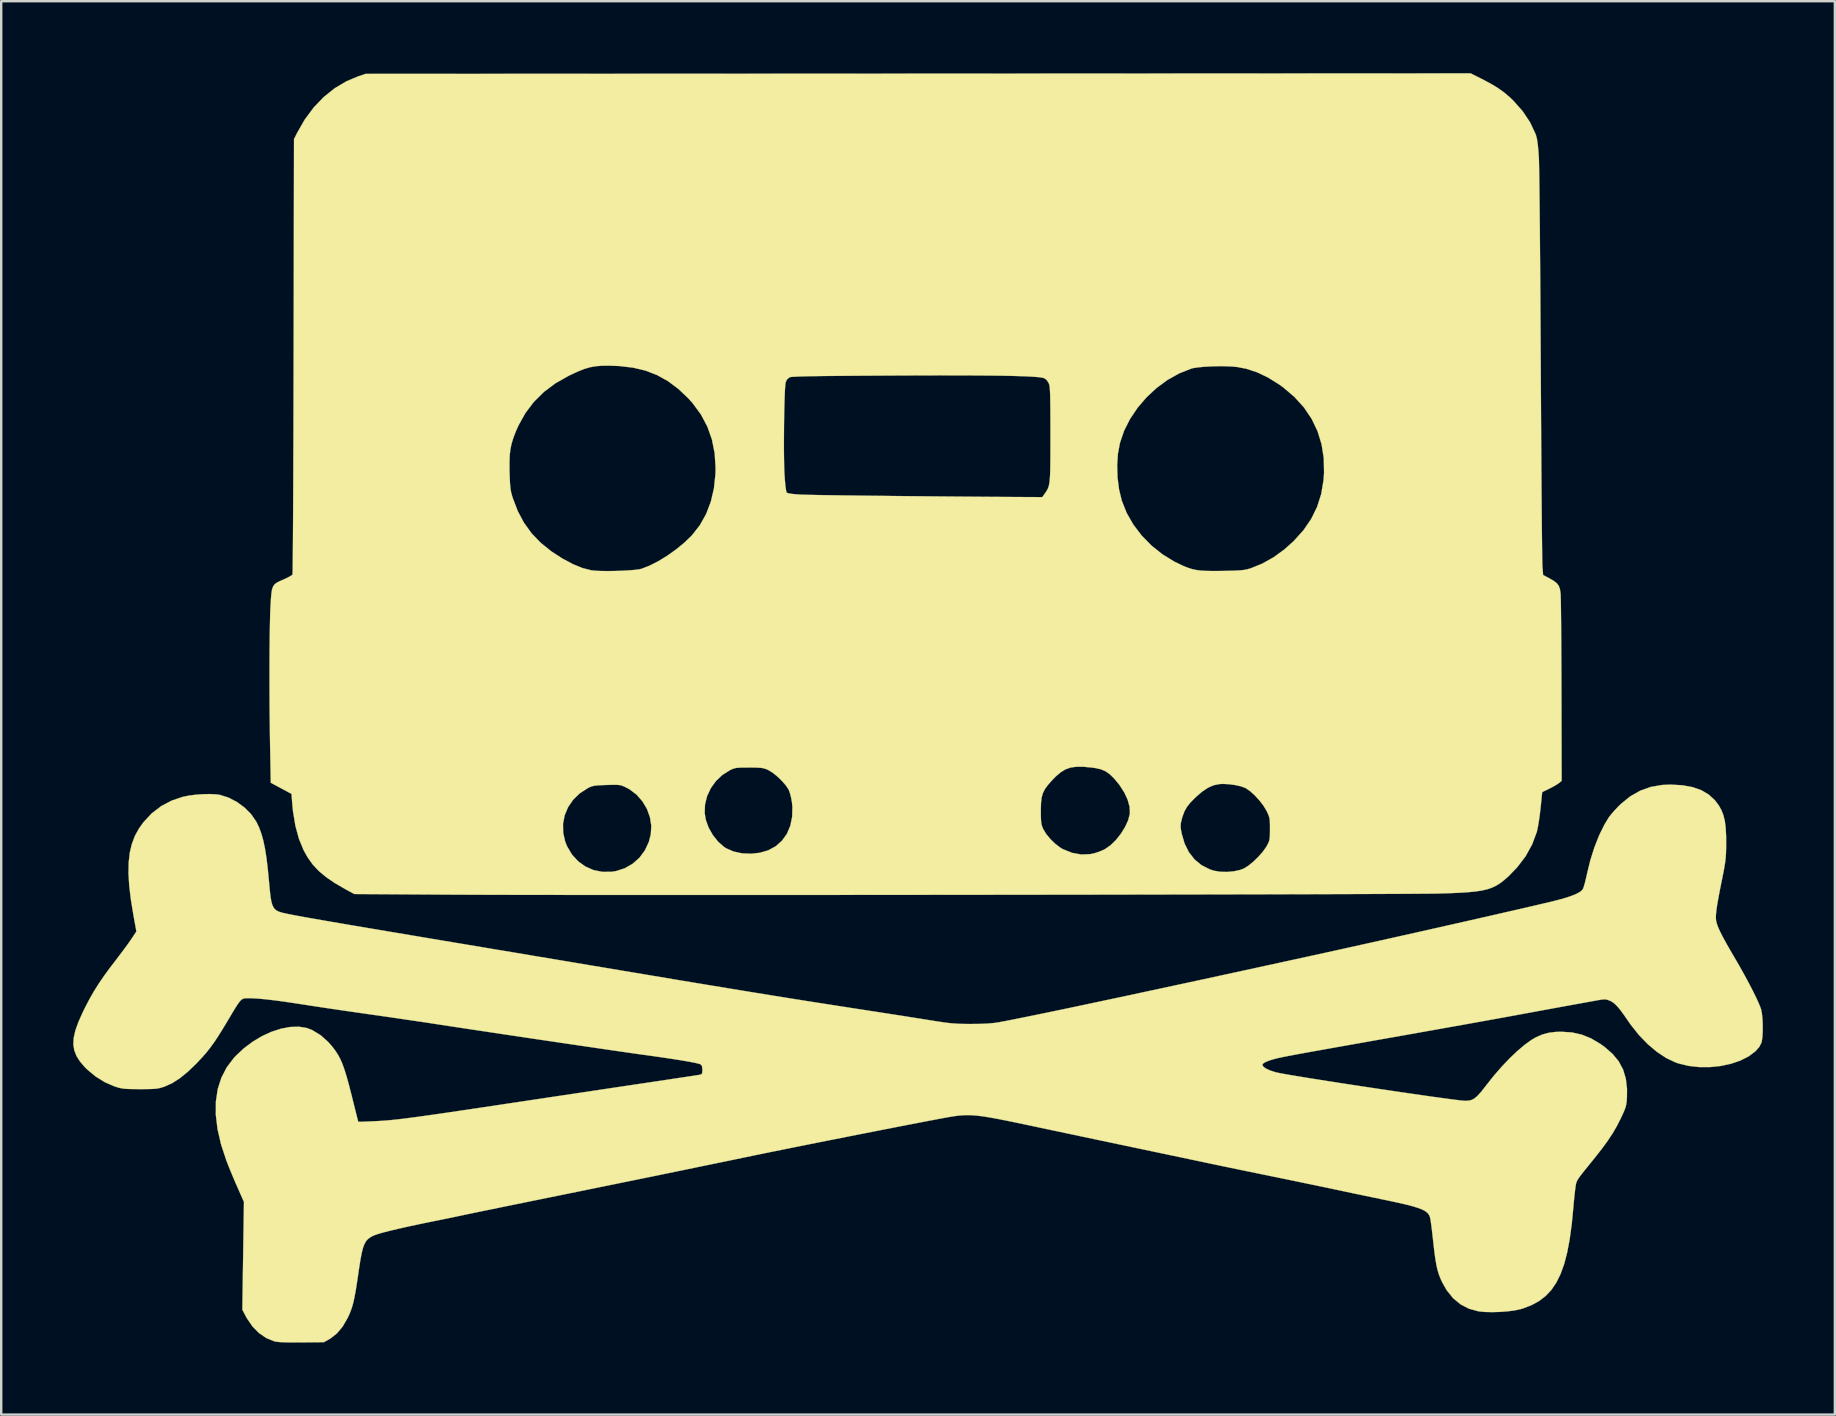
<source format=kicad_pcb>
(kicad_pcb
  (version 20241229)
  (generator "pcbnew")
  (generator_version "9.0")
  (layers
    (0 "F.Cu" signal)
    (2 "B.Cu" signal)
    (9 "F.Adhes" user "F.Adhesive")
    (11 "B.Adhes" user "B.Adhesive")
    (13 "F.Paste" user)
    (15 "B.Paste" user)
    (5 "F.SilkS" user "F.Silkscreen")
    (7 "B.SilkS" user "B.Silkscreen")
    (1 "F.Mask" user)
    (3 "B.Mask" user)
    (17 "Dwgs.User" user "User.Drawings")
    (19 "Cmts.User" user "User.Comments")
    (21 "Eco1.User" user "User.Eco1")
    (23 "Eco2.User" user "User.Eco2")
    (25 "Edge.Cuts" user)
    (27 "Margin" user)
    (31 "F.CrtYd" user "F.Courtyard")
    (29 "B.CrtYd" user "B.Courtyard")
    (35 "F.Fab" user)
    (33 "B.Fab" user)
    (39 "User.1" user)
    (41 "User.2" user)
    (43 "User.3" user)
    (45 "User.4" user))
  (footprint "F.SilkS_g838"
    (layer "F.Cu")
    (at 46.147 5.891)
    (property "Reference" "F.SilkS_g838" (at 0 0 0) (layer "F.SilkS") (effects (font (size 1.524 1.524) (thickness 0.3))))
    (attr through_hole)
    (fp_poly (pts (xy 12.498 -5.668) (xy 12.87 -5.472) (xy 13.181 -5.286) (xy 13.448 -5.097) (xy 13.691 -4.892) (xy 13.839 -4.75) (xy 14.228 -4.311) (xy 14.533 -3.856) (xy 14.756 -3.385) (xy 14.794 -3.281) (xy 14.83 -3.128) (xy 14.862 -2.898) (xy 14.89 -2.598) (xy 14.905 -2.371) (xy 14.909 -2.256) (xy 14.913 -2.062) (xy 14.918 -1.792) (xy 14.923 -1.451) (xy 14.928 -1.044) (xy 14.934 -0.575) (xy 14.939 -0.05) (xy 14.945 0.528) (xy 14.95 1.153) (xy 14.955 1.822) (xy 14.961 2.529) (xy 14.966 3.269) (xy 14.971 4.039) (xy 14.976 4.834) (xy 14.98 5.648) (xy 14.984 6.308) (xy 14.988 7.129) (xy 14.993 7.931) (xy 14.997 8.709) (xy 15.002 9.458) (xy 15.007 10.175) (xy 15.011 10.855) (xy 15.016 11.494) (xy 15.021 12.086) (xy 15.026 12.629) (xy 15.03 13.117) (xy 15.035 13.546) (xy 15.039 13.912) (xy 15.043 14.21) (xy 15.047 14.436) (xy 15.05 14.585) (xy 15.053 14.65) (xy 15.082 15.012) (xy 15.312 15.133) (xy 15.513 15.247) (xy 15.65 15.351) (xy 15.735 15.464) (xy 15.784 15.604) (xy 15.81 15.792) (xy 15.81 15.793) (xy 15.814 15.882) (xy 15.819 16.049) (xy 15.823 16.288) (xy 15.827 16.591) (xy 15.831 16.951) (xy 15.834 17.363) (xy 15.838 17.819) (xy 15.84 18.313) (xy 15.843 18.837) (xy 15.845 19.386) (xy 15.846 19.848) (xy 15.854 23.588) (xy 15.735 23.683) (xy 15.636 23.749) (xy 15.492 23.832) (xy 15.332 23.915) (xy 15.33 23.916) (xy 15.044 24.054) (xy 14.973 24.738) (xy 14.943 24.997) (xy 14.907 25.253) (xy 14.869 25.481) (xy 14.832 25.659) (xy 14.818 25.716) (xy 14.624 26.236) (xy 14.353 26.727) (xy 14.002 27.188) (xy 13.636 27.564) (xy 13.465 27.714) (xy 13.302 27.841) (xy 13.137 27.946) (xy 12.96 28.031) (xy 12.763 28.1) (xy 12.535 28.153) (xy 12.267 28.194) (xy 11.949 28.225) (xy 11.573 28.249) (xy 11.129 28.267) (xy 10.753 28.278) (xy 10.608 28.281) (xy 10.382 28.284) (xy 10.078 28.286) (xy 9.7 28.289) (xy 9.25 28.292) (xy 8.732 28.294) (xy 8.149 28.297) (xy 7.505 28.299) (xy 6.802 28.302) (xy 6.045 28.304) (xy 5.237 28.307) (xy 4.381 28.309) (xy 3.479 28.312) (xy 2.537 28.314) (xy 1.556 28.316) (xy 0.54 28.318) (xy -0.507 28.32) (xy -1.582 28.322) (xy -2.682 28.324) (xy -3.804 28.326) (xy -4.944 28.327) (xy -6.098 28.329) (xy -7.264 28.33) (xy -8.439 28.332) (xy -9.618 28.333) (xy -10.799 28.334) (xy -11.978 28.335) (xy -13.151 28.336) (xy -14.317 28.337) (xy -15.471 28.338) (xy -16.609 28.338) (xy -17.729 28.339) (xy -18.828 28.339) (xy -19.901 28.339) (xy -20.947 28.339) (xy -21.96 28.339) (xy -22.938 28.339) (xy -23.878 28.339) (xy -24.777 28.338) (xy -25.63 28.337) (xy -26.435 28.336) (xy -27.189 28.335) (xy -27.887 28.334) (xy -28.527 28.333) (xy -29.106 28.331) (xy -29.619 28.329) (xy -30.065 28.327) (xy -30.353 28.326) (xy -34.438 28.3) (xy -34.819 28.093) (xy -35.255 27.84) (xy -35.618 27.592) (xy -35.92 27.339) (xy -36.171 27.07) (xy -36.382 26.775) (xy -36.547 26.48) (xy -36.743 26.004) (xy -36.891 25.463) (xy -36.905 25.377) (xy -25.744 25.377) (xy -25.738 25.746) (xy -25.654 26.116) (xy -25.574 26.313) (xy -25.371 26.656) (xy -25.113 26.938) (xy -24.81 27.155) (xy -24.471 27.303) (xy -24.103 27.377) (xy -23.716 27.373) (xy -23.529 27.342) (xy -23.164 27.224) (xy -22.837 27.035) (xy -22.557 26.784) (xy -22.332 26.479) (xy -22.169 26.129) (xy -22.087 25.808) (xy -22.067 25.453) (xy -22.124 25.096) (xy -22.186 24.926) (xy -19.843 24.926) (xy -19.795 25.216) (xy -19.676 25.541) (xy -19.5 25.849) (xy -19.284 26.12) (xy -19.041 26.335) (xy -18.948 26.395) (xy -18.641 26.529) (xy -18.287 26.606) (xy -17.904 26.621) (xy -17.544 26.581) (xy -17.186 26.476) (xy -16.876 26.305) (xy -16.619 26.074) (xy -16.417 25.789) (xy -16.276 25.456) (xy -16.199 25.082) (xy -16.193 24.828) (xy -5.841 24.828) (xy -5.84 25.062) (xy -5.833 25.232) (xy -5.82 25.357) (xy -5.796 25.458) (xy -5.759 25.555) (xy -5.736 25.604) (xy -5.616 25.802) (xy -5.442 26.012) (xy -5.238 26.209) (xy -5.028 26.369) (xy -4.918 26.433) (xy -4.537 26.585) (xy -4.159 26.654) (xy -3.787 26.639) (xy -3.621 26.605) (xy -3.439 26.547) (xy -3.252 26.471) (xy -3.165 26.427) (xy -2.936 26.268) (xy -2.712 26.049) (xy -2.507 25.791) (xy -2.334 25.512) (xy -2.309 25.459) (xy -0.019 25.459) (xy -0.01 25.583) (xy 0.02 25.751) (xy 0.025 25.776) (xy 0.147 26.197) (xy 0.328 26.56) (xy 0.564 26.861) (xy 0.856 27.1) (xy 1.2 27.273) (xy 1.365 27.327) (xy 1.619 27.372) (xy 1.907 27.38) (xy 2.199 27.354) (xy 2.463 27.296) (xy 2.617 27.237) (xy 2.804 27.121) (xy 3.011 26.952) (xy 3.219 26.751) (xy 3.405 26.539) (xy 3.55 26.336) (xy 3.577 26.289) (xy 3.634 26.18) (xy 3.67 26.086) (xy 3.691 25.983) (xy 3.701 25.849) (xy 3.704 25.66) (xy 3.704 25.59) (xy 3.703 25.38) (xy 3.695 25.23) (xy 3.677 25.115) (xy 3.642 25.009) (xy 3.588 24.888) (xy 3.561 24.832) (xy 3.436 24.624) (xy 3.268 24.405) (xy 3.077 24.196) (xy 2.881 24.018) (xy 2.7 23.893) (xy 2.679 23.882) (xy 2.505 23.817) (xy 2.276 23.764) (xy 2.023 23.728) (xy 1.773 23.713) (xy 1.606 23.719) (xy 1.365 23.766) (xy 1.126 23.87) (xy 0.876 24.037) (xy 0.603 24.273) (xy 0.592 24.284) (xy 0.391 24.488) (xy 0.246 24.671) (xy 0.141 24.857) (xy 0.061 25.07) (xy 0.024 25.205) (xy -0.008 25.344) (xy -0.019 25.459) (xy -2.309 25.459) (xy -2.205 25.233) (xy -2.136 24.971) (xy -2.131 24.934) (xy -2.142 24.671) (xy -2.221 24.38) (xy -2.362 24.074) (xy -2.559 23.765) (xy -2.768 23.509) (xy -2.958 23.319) (xy -3.14 23.188) (xy -3.343 23.102) (xy -3.592 23.048) (xy -3.704 23.033) (xy -4.06 22.999) (xy -4.352 22.997) (xy -4.596 23.03) (xy -4.81 23.105) (xy -5.01 23.226) (xy -5.212 23.398) (xy -5.356 23.544) (xy -5.538 23.747) (xy -5.669 23.924) (xy -5.756 24.098) (xy -5.808 24.288) (xy -5.834 24.519) (xy -5.841 24.81) (xy -5.841 24.828) (xy -16.193 24.828) (xy -16.189 24.672) (xy -16.207 24.49) (xy -16.241 24.293) (xy -16.288 24.106) (xy -16.339 23.965) (xy -16.345 23.953) (xy -16.457 23.782) (xy -16.62 23.593) (xy -16.811 23.408) (xy -17.007 23.25) (xy -17.184 23.14) (xy -17.194 23.135) (xy -17.294 23.092) (xy -17.389 23.063) (xy -17.497 23.044) (xy -17.638 23.034) (xy -17.832 23.03) (xy -17.994 23.03) (xy -18.23 23.031) (xy -18.4 23.036) (xy -18.524 23.047) (xy -18.621 23.068) (xy -18.709 23.102) (xy -18.789 23.14) (xy -19.108 23.341) (xy -19.377 23.597) (xy -19.591 23.895) (xy -19.744 24.224) (xy -19.83 24.572) (xy -19.843 24.926) (xy -22.186 24.926) (xy -22.249 24.753) (xy -22.437 24.437) (xy -22.679 24.161) (xy -22.969 23.941) (xy -23.093 23.873) (xy -23.204 23.819) (xy -23.295 23.783) (xy -23.386 23.761) (xy -23.496 23.751) (xy -23.646 23.75) (xy -23.855 23.755) (xy -23.926 23.757) (xy -24.161 23.765) (xy -24.331 23.775) (xy -24.456 23.792) (xy -24.555 23.818) (xy -24.648 23.856) (xy -24.716 23.891) (xy -25.051 24.109) (xy -25.325 24.376) (xy -25.534 24.682) (xy -25.675 25.019) (xy -25.744 25.377) (xy -36.905 25.377) (xy -36.992 24.852) (xy -37.026 24.499) (xy -37.054 24.128) (xy -37.486 23.896) (xy -37.917 23.665) (xy -37.945 22.197) (xy -37.954 21.647) (xy -37.961 21.075) (xy -37.967 20.49) (xy -37.97 19.903) (xy -37.971 19.323) (xy -37.971 18.76) (xy -37.968 18.225) (xy -37.964 17.726) (xy -37.957 17.273) (xy -37.949 16.877) (xy -37.94 16.547) (xy -37.93 16.32) (xy -37.912 16.02) (xy -37.893 15.792) (xy -37.867 15.622) (xy -37.826 15.499) (xy -37.765 15.408) (xy -37.677 15.337) (xy -37.556 15.273) (xy -37.397 15.204) (xy -37.388 15.2) (xy -37.23 15.127) (xy -37.102 15.058) (xy -37.025 15.003) (xy -37.013 14.988) (xy -37.01 14.94) (xy -37.007 14.811) (xy -37.004 14.606) (xy -37.001 14.327) (xy -36.997 13.98) (xy -36.994 13.567) (xy -36.991 13.093) (xy -36.988 12.562) (xy -36.985 11.978) (xy -36.982 11.344) (xy -36.979 10.665) (xy -36.978 10.302) (xy -27.975 10.302) (xy -27.973 10.648) (xy -27.971 10.732) (xy -27.962 11.009) (xy -27.951 11.222) (xy -27.935 11.389) (xy -27.913 11.529) (xy -27.881 11.662) (xy -27.837 11.807) (xy -27.835 11.811) (xy -27.628 12.353) (xy -27.369 12.838) (xy -27.054 13.274) (xy -26.674 13.669) (xy -26.224 14.031) (xy -25.76 14.331) (xy -25.327 14.561) (xy -24.928 14.723) (xy -24.568 14.815) (xy -24.556 14.817) (xy -24.388 14.834) (xy -24.163 14.844) (xy -23.898 14.847) (xy -23.611 14.844) (xy -23.321 14.835) (xy -23.045 14.821) (xy -22.8 14.802) (xy -22.605 14.779) (xy -22.479 14.754) (xy -22.143 14.623) (xy -21.777 14.437) (xy -21.4 14.206) (xy -21.03 13.943) (xy -20.686 13.661) (xy -20.387 13.372) (xy -20.367 13.349) (xy -20.044 12.937) (xy -19.783 12.47) (xy -19.586 11.955) (xy -19.456 11.396) (xy -19.394 10.799) (xy -19.389 10.556) (xy -19.426 9.944) (xy -19.514 9.502) (xy -16.543 9.502) (xy -16.542 9.856) (xy -16.538 10.184) (xy -16.533 10.475) (xy -16.525 10.718) (xy -16.519 10.828) (xy -16.501 11.075) (xy -16.481 11.288) (xy -16.459 11.451) (xy -16.438 11.552) (xy -16.428 11.575) (xy -16.372 11.603) (xy -16.253 11.627) (xy -16.062 11.647) (xy -15.82 11.663) (xy -15.697 11.667) (xy -15.494 11.672) (xy -15.22 11.678) (xy -14.879 11.684) (xy -14.479 11.69) (xy -14.025 11.696) (xy -13.524 11.702) (xy -12.982 11.709) (xy -12.404 11.715) (xy -11.798 11.722) (xy -11.169 11.728) (xy -10.524 11.734) (xy -9.869 11.74) (xy -9.21 11.745) (xy -8.554 11.75) (xy -7.906 11.755) (xy -7.273 11.759) (xy -6.921 11.761) (xy -5.779 11.767) (xy -5.668 11.609) (xy -5.617 11.534) (xy -5.574 11.464) (xy -5.538 11.39) (xy -5.51 11.304) (xy -5.488 11.199) (xy -5.471 11.067) (xy -5.458 10.899) (xy -5.45 10.688) (xy -5.445 10.445) (xy -2.662 10.445) (xy -2.646 10.952) (xy -2.582 11.45) (xy -2.469 11.913) (xy -2.468 11.916) (xy -2.266 12.425) (xy -1.988 12.911) (xy -1.642 13.365) (xy -1.237 13.78) (xy -0.78 14.145) (xy -0.279 14.454) (xy 0.1 14.635) (xy 0.275 14.705) (xy 0.438 14.758) (xy 0.602 14.797) (xy 0.785 14.823) (xy 0.999 14.838) (xy 1.262 14.844) (xy 1.587 14.843) (xy 1.757 14.841) (xy 2.059 14.835) (xy 2.293 14.827) (xy 2.472 14.816) (xy 2.614 14.801) (xy 2.733 14.779) (xy 2.846 14.749) (xy 2.9 14.733) (xy 3.375 14.541) (xy 3.849 14.276) (xy 4.307 13.944) (xy 4.7 13.591) (xy 5.103 13.141) (xy 5.425 12.67) (xy 5.669 12.171) (xy 5.838 11.638) (xy 5.935 11.065) (xy 5.957 10.763) (xy 5.946 10.151) (xy 5.855 9.571) (xy 5.688 9.024) (xy 5.443 8.511) (xy 5.122 8.034) (xy 4.726 7.595) (xy 4.256 7.195) (xy 4.09 7.076) (xy 3.621 6.783) (xy 3.167 6.566) (xy 2.716 6.419) (xy 2.336 6.346) (xy 2.112 6.325) (xy 1.842 6.315) (xy 1.548 6.314) (xy 1.249 6.321) (xy 0.964 6.337) (xy 0.713 6.361) (xy 0.514 6.391) (xy 0.43 6.412) (xy -0.076 6.612) (xy -0.562 6.884) (xy -1.019 7.22) (xy -1.438 7.609) (xy -1.809 8.042) (xy -2.124 8.51) (xy -2.373 9.002) (xy -2.544 9.504) (xy -2.629 9.954) (xy -2.662 10.445) (xy -5.445 10.445) (xy -5.445 10.426) (xy -5.442 10.104) (xy -5.441 9.715) (xy -5.441 9.252) (xy -5.441 9.144) (xy -5.441 8.678) (xy -5.443 8.289) (xy -5.445 7.97) (xy -5.448 7.712) (xy -5.453 7.508) (xy -5.459 7.351) (xy -5.467 7.232) (xy -5.478 7.144) (xy -5.491 7.08) (xy -5.507 7.031) (xy -5.513 7.016) (xy -5.603 6.881) (xy -5.702 6.811) (xy -5.787 6.79) (xy -5.926 6.77) (xy -6.123 6.754) (xy -6.38 6.739) (xy -6.699 6.727) (xy -7.083 6.716) (xy -7.535 6.708) (xy -8.056 6.702) (xy -8.649 6.698) (xy -9.317 6.696) (xy -10.061 6.695) (xy -10.885 6.697) (xy -11.792 6.7) (xy -11.917 6.701) (xy -12.648 6.705) (xy -13.298 6.709) (xy -13.872 6.713) (xy -14.374 6.717) (xy -14.807 6.721) (xy -15.177 6.726) (xy -15.486 6.731) (xy -15.739 6.737) (xy -15.941 6.744) (xy -16.094 6.751) (xy -16.204 6.758) (xy -16.275 6.767) (xy -16.309 6.775) (xy -16.42 6.872) (xy -16.469 6.981) (xy -16.483 7.07) (xy -16.496 7.232) (xy -16.507 7.457) (xy -16.517 7.734) (xy -16.526 8.051) (xy -16.533 8.397) (xy -16.538 8.762) (xy -16.541 9.134) (xy -16.543 9.502) (xy -19.514 9.502) (xy -19.54 9.37) (xy -19.73 8.832) (xy -19.997 8.328) (xy -20.341 7.858) (xy -20.528 7.649) (xy -20.942 7.257) (xy -21.369 6.937) (xy -21.819 6.686) (xy -22.3 6.499) (xy -22.824 6.374) (xy -23.399 6.306) (xy -23.855 6.29) (xy -24.145 6.294) (xy -24.396 6.316) (xy -24.629 6.359) (xy -24.865 6.43) (xy -25.126 6.534) (xy -25.433 6.676) (xy -25.506 6.712) (xy -26.057 7.023) (xy -26.54 7.384) (xy -26.957 7.797) (xy -27.311 8.263) (xy -27.602 8.786) (xy -27.712 9.035) (xy -27.812 9.297) (xy -27.885 9.534) (xy -27.935 9.766) (xy -27.964 10.015) (xy -27.975 10.302) (xy -36.978 10.302) (xy -36.977 9.944) (xy -36.974 9.185) (xy -36.972 8.393) (xy -36.97 7.571) (xy -36.968 6.723) (xy -36.966 5.887) (xy -36.95 -3.148) (xy -36.821 -3.405) (xy -36.5 -3.964) (xy -36.13 -4.463) (xy -35.715 -4.896) (xy -35.259 -5.262) (xy -34.766 -5.555) (xy -34.269 -5.763) (xy -33.972 -5.863) (xy 12.062 -5.886) (xy 12.498 -5.668)) (stroke (width 0.01) (type solid)) (fill yes) (layer "F.SilkS"))
    (fp_poly (pts (xy 20.876 23.769) (xy 21.303 23.845) (xy 21.669 23.973) (xy 21.979 24.155) (xy 22.238 24.393) (xy 22.398 24.606) (xy 22.509 24.803) (xy 22.592 25.015) (xy 22.651 25.255) (xy 22.687 25.538) (xy 22.705 25.88) (xy 22.707 26.183) (xy 22.705 26.428) (xy 22.698 26.631) (xy 22.685 26.814) (xy 22.662 26.999) (xy 22.629 27.206) (xy 22.581 27.457) (xy 22.531 27.707) (xy 22.447 28.124) (xy 22.382 28.467) (xy 22.333 28.746) (xy 22.301 28.968) (xy 22.283 29.144) (xy 22.278 29.281) (xy 22.285 29.388) (xy 22.286 29.401) (xy 22.315 29.525) (xy 22.369 29.677) (xy 22.454 29.865) (xy 22.572 30.097) (xy 22.727 30.38) (xy 22.923 30.722) (xy 23.03 30.904) (xy 23.248 31.279) (xy 23.455 31.649) (xy 23.647 32.003) (xy 23.817 32.332) (xy 23.961 32.624) (xy 24.072 32.868) (xy 24.146 33.054) (xy 24.16 33.096) (xy 24.195 33.268) (xy 24.219 33.497) (xy 24.231 33.755) (xy 24.23 34.016) (xy 24.217 34.254) (xy 24.19 34.442) (xy 24.179 34.485) (xy 24.087 34.669) (xy 23.927 34.85) (xy 23.643 35.063) (xy 23.297 35.238) (xy 22.903 35.372) (xy 22.477 35.463) (xy 22.031 35.509) (xy 21.581 35.508) (xy 21.141 35.459) (xy 20.724 35.358) (xy 20.601 35.316) (xy 20.216 35.135) (xy 19.827 34.878) (xy 19.444 34.556) (xy 19.076 34.176) (xy 18.734 33.747) (xy 18.627 33.593) (xy 18.444 33.328) (xy 18.295 33.126) (xy 18.169 32.976) (xy 18.058 32.867) (xy 17.952 32.79) (xy 17.863 32.744) (xy 17.751 32.701) (xy 17.65 32.686) (xy 17.523 32.696) (xy 17.427 32.712) (xy 16.973 32.794) (xy 16.447 32.889) (xy 15.861 32.996) (xy 15.227 33.112) (xy 14.558 33.235) (xy 13.885 33.359) (xy 13.586 33.414) (xy 13.213 33.482) (xy 12.778 33.56) (xy 12.29 33.648) (xy 11.761 33.743) (xy 11.2 33.843) (xy 10.619 33.947) (xy 10.027 34.052) (xy 9.435 34.158) (xy 8.853 34.261) (xy 8.805 34.269) (xy 8.084 34.396) (xy 7.442 34.51) (xy 6.872 34.611) (xy 6.371 34.7) (xy 5.934 34.778) (xy 5.555 34.846) (xy 5.229 34.905) (xy 4.952 34.955) (xy 4.717 34.999) (xy 4.522 35.036) (xy 4.359 35.067) (xy 4.225 35.094) (xy 4.115 35.118) (xy 4.022 35.138) (xy 3.943 35.157) (xy 3.916 35.164) (xy 3.687 35.231) (xy 3.517 35.299) (xy 3.414 35.365) (xy 3.387 35.414) (xy 3.427 35.49) (xy 3.538 35.571) (xy 3.709 35.65) (xy 3.926 35.719) (xy 3.967 35.73) (xy 4.09 35.756) (xy 4.286 35.793) (xy 4.548 35.839) (xy 4.868 35.892) (xy 5.238 35.953) (xy 5.651 36.019) (xy 6.1 36.09) (xy 6.575 36.164) (xy 7.071 36.24) (xy 7.579 36.318) (xy 8.092 36.395) (xy 8.602 36.471) (xy 9.101 36.545) (xy 9.582 36.615) (xy 10.037 36.681) (xy 10.459 36.741) (xy 10.84 36.793) (xy 11.171 36.838) (xy 11.447 36.874) (xy 11.659 36.899) (xy 11.798 36.913) (xy 11.844 36.915) (xy 11.987 36.906) (xy 12.111 36.875) (xy 12.228 36.811) (xy 12.351 36.705) (xy 12.492 36.55) (xy 12.663 36.334) (xy 12.717 36.263) (xy 13.031 35.867) (xy 13.358 35.491) (xy 13.689 35.143) (xy 14.013 34.835) (xy 14.321 34.575) (xy 14.603 34.373) (xy 14.765 34.278) (xy 15.038 34.156) (xy 15.31 34.08) (xy 15.612 34.043) (xy 15.845 34.037) (xy 16.287 34.066) (xy 16.695 34.158) (xy 17.085 34.316) (xy 17.474 34.548) (xy 17.643 34.67) (xy 17.975 34.959) (xy 18.231 35.27) (xy 18.414 35.613) (xy 18.528 35.993) (xy 18.577 36.421) (xy 18.574 36.767) (xy 18.563 36.933) (xy 18.545 37.066) (xy 18.513 37.191) (xy 18.461 37.33) (xy 18.382 37.507) (xy 18.322 37.634) (xy 18.161 37.953) (xy 17.983 38.26) (xy 17.778 38.572) (xy 17.534 38.907) (xy 17.241 39.28) (xy 17.192 39.341) (xy 16.979 39.604) (xy 16.812 39.81) (xy 16.686 39.969) (xy 16.594 40.091) (xy 16.531 40.185) (xy 16.49 40.26) (xy 16.464 40.327) (xy 16.448 40.395) (xy 16.436 40.472) (xy 16.43 40.512) (xy 16.41 40.663) (xy 16.386 40.871) (xy 16.363 41.109) (xy 16.341 41.351) (xy 16.341 41.36) (xy 16.273 42.061) (xy 16.188 42.685) (xy 16.084 43.234) (xy 15.959 43.715) (xy 15.808 44.131) (xy 15.631 44.489) (xy 15.425 44.792) (xy 15.186 45.045) (xy 14.913 45.255) (xy 14.603 45.424) (xy 14.253 45.559) (xy 14.139 45.593) (xy 13.904 45.644) (xy 13.613 45.682) (xy 13.29 45.707) (xy 12.964 45.716) (xy 12.661 45.71) (xy 12.408 45.685) (xy 12.379 45.68) (xy 11.989 45.572) (xy 11.639 45.39) (xy 11.332 45.134) (xy 11.067 44.806) (xy 10.883 44.483) (xy 10.803 44.309) (xy 10.736 44.133) (xy 10.68 43.943) (xy 10.632 43.725) (xy 10.588 43.465) (xy 10.546 43.149) (xy 10.503 42.766) (xy 10.495 42.693) (xy 10.466 42.432) (xy 10.437 42.191) (xy 10.409 41.986) (xy 10.385 41.834) (xy 10.367 41.752) (xy 10.329 41.665) (xy 10.269 41.587) (xy 10.18 41.515) (xy 10.055 41.447) (xy 9.887 41.38) (xy 9.667 41.312) (xy 9.39 41.239) (xy 9.047 41.16) (xy 8.631 41.07) (xy 8.403 41.023) (xy 8.047 40.949) (xy 7.652 40.867) (xy 7.245 40.782) (xy 6.859 40.7) (xy 6.521 40.628) (xy 6.477 40.619) (xy 6.232 40.567) (xy 5.92 40.501) (xy 5.554 40.425) (xy 5.149 40.341) (xy 4.721 40.252) (xy 4.284 40.162) (xy 3.853 40.073) (xy 3.725 40.047) (xy 3.309 39.962) (xy 2.891 39.876) (xy 2.484 39.792) (xy 2.102 39.713) (xy 1.757 39.642) (xy 1.464 39.58) (xy 1.234 39.532) (xy 1.164 39.517) (xy 0.985 39.479) (xy 0.734 39.426) (xy 0.421 39.36) (xy 0.057 39.283) (xy -0.348 39.198) (xy -0.784 39.106) (xy -1.238 39.011) (xy -1.702 38.913) (xy -1.947 38.862) (xy -2.467 38.752) (xy -3.028 38.634) (xy -3.613 38.511) (xy -4.203 38.386) (xy -4.781 38.264) (xy -5.329 38.148) (xy -5.83 38.042) (xy -6.265 37.949) (xy -6.787 37.839) (xy -7.235 37.747) (xy -7.617 37.671) (xy -7.944 37.611) (xy -8.224 37.566) (xy -8.465 37.535) (xy -8.676 37.516) (xy -8.867 37.509) (xy -9.046 37.513) (xy -9.222 37.526) (xy -9.403 37.548) (xy -9.547 37.57) (xy -9.68 37.592) (xy -9.889 37.63) (xy -10.166 37.682) (xy -10.504 37.746) (xy -10.896 37.821) (xy -11.333 37.906) (xy -11.81 37.998) (xy -12.318 38.097) (xy -12.851 38.202) (xy -13.4 38.31) (xy -13.958 38.42) (xy -14.519 38.531) (xy -15.074 38.641) (xy -15.617 38.75) (xy -16.14 38.855) (xy -16.636 38.955) (xy -17.097 39.048) (xy -17.516 39.134) (xy -17.843 39.201) (xy -18.531 39.344) (xy -19.163 39.475) (xy -19.751 39.596) (xy -20.307 39.711) (xy -20.842 39.822) (xy -21.369 39.93) (xy -21.898 40.039) (xy -22.442 40.15) (xy -23.012 40.266) (xy -23.62 40.39) (xy -24.278 40.524) (xy -24.997 40.671) (xy -25.675 40.809) (xy -26.227 40.921) (xy -26.77 41.032) (xy -27.295 41.139) (xy -27.795 41.241) (xy -28.261 41.336) (xy -28.687 41.424) (xy -29.065 41.501) (xy -29.386 41.567) (xy -29.643 41.621) (xy -29.829 41.659) (xy -29.887 41.672) (xy -30.174 41.732) (xy -30.482 41.797) (xy -30.781 41.858) (xy -31.039 41.911) (xy -31.115 41.926) (xy -31.674 42.04) (xy -32.174 42.147) (xy -32.61 42.245) (xy -32.98 42.333) (xy -33.277 42.41) (xy -33.5 42.477) (xy -33.643 42.53) (xy -33.655 42.536) (xy -33.774 42.601) (xy -33.872 42.674) (xy -33.952 42.765) (xy -34.019 42.884) (xy -34.076 43.041) (xy -34.128 43.246) (xy -34.179 43.509) (xy -34.232 43.84) (xy -34.267 44.078) (xy -34.325 44.473) (xy -34.376 44.796) (xy -34.424 45.06) (xy -34.47 45.279) (xy -34.519 45.463) (xy -34.573 45.627) (xy -34.635 45.783) (xy -34.708 45.944) (xy -34.714 45.956) (xy -34.92 46.313) (xy -35.161 46.601) (xy -35.431 46.814) (xy -35.482 46.843) (xy -35.708 46.969) (xy -36.639 46.978) (xy -37.01 46.979) (xy -37.303 46.975) (xy -37.526 46.965) (xy -37.685 46.949) (xy -37.768 46.933) (xy -38.102 46.797) (xy -38.411 46.586) (xy -38.685 46.306) (xy -38.917 45.965) (xy -38.952 45.901) (xy -39.102 45.614) (xy -39.069 43.37) (xy -39.035 41.127) (xy -39.325 40.471) (xy -39.437 40.213) (xy -39.551 39.944) (xy -39.655 39.689) (xy -39.74 39.474) (xy -39.769 39.399) (xy -39.99 38.726) (xy -40.136 38.092) (xy -40.207 37.497) (xy -40.204 36.942) (xy -40.127 36.426) (xy -39.975 35.95) (xy -39.749 35.515) (xy -39.448 35.119) (xy -39.385 35.051) (xy -39.041 34.729) (xy -38.669 34.45) (xy -38.281 34.218) (xy -37.884 34.037) (xy -37.49 33.909) (xy -37.108 33.838) (xy -36.748 33.827) (xy -36.419 33.88) (xy -36.193 33.966) (xy -35.84 34.182) (xy -35.525 34.463) (xy -35.351 34.662) (xy -35.227 34.827) (xy -35.118 34.995) (xy -35.021 35.176) (xy -34.931 35.383) (xy -34.844 35.627) (xy -34.754 35.919) (xy -34.657 36.272) (xy -34.553 36.677) (xy -34.481 36.969) (xy -34.415 37.233) (xy -34.358 37.457) (xy -34.314 37.632) (xy -34.285 37.746) (xy -34.274 37.789) (xy -34.274 37.789) (xy -34.232 37.789) (xy -34.119 37.786) (xy -33.95 37.779) (xy -33.736 37.77) (xy -33.528 37.76) (xy -33.378 37.753) (xy -33.226 37.743) (xy -33.068 37.731) (xy -32.897 37.715) (xy -32.709 37.696) (xy -32.498 37.672) (xy -32.258 37.642) (xy -31.984 37.606) (xy -31.671 37.564) (xy -31.312 37.513) (xy -30.904 37.455) (xy -30.439 37.387) (xy -29.913 37.309) (xy -29.32 37.221) (xy -28.655 37.122) (xy -27.913 37.01) (xy -27.834 36.999) (xy -27.264 36.913) (xy -26.644 36.82) (xy -25.993 36.722) (xy -25.329 36.623) (xy -24.669 36.524) (xy -24.03 36.428) (xy -23.43 36.338) (xy -22.887 36.257) (xy -22.627 36.218) (xy -22.181 36.152) (xy -21.757 36.088) (xy -21.363 36.029) (xy -21.007 35.975) (xy -20.697 35.929) (xy -20.44 35.89) (xy -20.245 35.86) (xy -20.12 35.841) (xy -20.077 35.834) (xy -19.991 35.813) (xy -19.951 35.772) (xy -19.94 35.684) (xy -19.939 35.623) (xy -19.95 35.491) (xy -19.988 35.416) (xy -20.023 35.391) (xy -20.108 35.363) (xy -20.273 35.326) (xy -20.511 35.28) (xy -20.82 35.228) (xy -21.193 35.169) (xy -21.626 35.104) (xy -22.114 35.034) (xy -22.437 34.99) (xy -22.662 34.959) (xy -22.962 34.916) (xy -23.33 34.863) (xy -23.756 34.801) (xy -24.233 34.731) (xy -24.753 34.655) (xy -25.307 34.574) (xy -25.886 34.488) (xy -26.483 34.4) (xy -27.089 34.31) (xy -27.697 34.219) (xy -28.297 34.13) (xy -28.881 34.042) (xy -29.442 33.958) (xy -29.971 33.878) (xy -30.459 33.804) (xy -30.899 33.737) (xy -31.157 33.697) (xy -31.458 33.651) (xy -31.825 33.597) (xy -32.239 33.536) (xy -32.681 33.471) (xy -33.133 33.405) (xy -33.576 33.342) (xy -33.909 33.295) (xy -34.323 33.236) (xy -34.75 33.174) (xy -35.176 33.112) (xy -35.581 33.052) (xy -35.951 32.996) (xy -36.269 32.948) (xy -36.491 32.913) (xy -37.09 32.821) (xy -37.615 32.747) (xy -38.064 32.692) (xy -38.434 32.657) (xy -38.725 32.64) (xy -38.806 32.639) (xy -38.912 32.639) (xy -38.997 32.643) (xy -39.069 32.661) (xy -39.135 32.699) (xy -39.204 32.767) (xy -39.284 32.873) (xy -39.382 33.024) (xy -39.506 33.229) (xy -39.665 33.496) (xy -39.709 33.57) (xy -39.924 33.927) (xy -40.109 34.224) (xy -40.276 34.475) (xy -40.434 34.693) (xy -40.593 34.894) (xy -40.764 35.091) (xy -40.959 35.299) (xy -41.011 35.354) (xy -41.369 35.7) (xy -41.703 35.972) (xy -42.023 36.177) (xy -42.335 36.318) (xy -42.362 36.328) (xy -42.478 36.365) (xy -42.587 36.392) (xy -42.706 36.41) (xy -42.853 36.42) (xy -43.046 36.425) (xy -43.302 36.427) (xy -43.37 36.427) (xy -43.64 36.425) (xy -43.844 36.421) (xy -44 36.412) (xy -44.126 36.395) (xy -44.242 36.37) (xy -44.365 36.333) (xy -44.434 36.31) (xy -44.826 36.14) (xy -45.21 35.903) (xy -45.562 35.611) (xy -45.668 35.506) (xy -45.867 35.273) (xy -46.013 35.043) (xy -46.104 34.807) (xy -46.142 34.557) (xy -46.125 34.282) (xy -46.054 33.974) (xy -45.928 33.624) (xy -45.748 33.222) (xy -45.644 33.011) (xy -45.463 32.665) (xy -45.28 32.345) (xy -45.084 32.033) (xy -44.862 31.709) (xy -44.604 31.356) (xy -44.387 31.073) (xy -44.218 30.851) (xy -44.05 30.628) (xy -43.898 30.421) (xy -43.776 30.25) (xy -43.714 30.159) (xy -43.516 29.859) (xy -43.643 29.155) (xy -43.747 28.516) (xy -43.815 27.946) (xy -43.845 27.438) (xy -43.837 26.984) (xy -43.791 26.578) (xy -43.704 26.213) (xy -43.577 25.879) (xy -43.409 25.572) (xy -43.219 25.307) (xy -42.872 24.936) (xy -42.481 24.637) (xy -42.043 24.407) (xy -41.59 24.254) (xy -41.341 24.202) (xy -41.05 24.164) (xy -40.745 24.142) (xy -40.45 24.136) (xy -40.191 24.148) (xy -40.036 24.17) (xy -39.681 24.282) (xy -39.333 24.463) (xy -39.013 24.697) (xy -38.738 24.973) (xy -38.527 25.276) (xy -38.508 25.31) (xy -38.401 25.537) (xy -38.309 25.787) (xy -38.23 26.07) (xy -38.161 26.397) (xy -38.1 26.778) (xy -38.046 27.222) (xy -37.996 27.741) (xy -37.993 27.769) (xy -37.961 28.122) (xy -37.93 28.401) (xy -37.893 28.615) (xy -37.845 28.776) (xy -37.782 28.892) (xy -37.696 28.975) (xy -37.583 29.034) (xy -37.438 29.079) (xy -37.254 29.12) (xy -37.253 29.12) (xy -37.133 29.145) (xy -36.988 29.173) (xy -36.816 29.205) (xy -36.612 29.243) (xy -36.373 29.286) (xy -36.094 29.335) (xy -35.772 29.391) (xy -35.403 29.455) (xy -34.983 29.527) (xy -34.509 29.608) (xy -33.975 29.698) (xy -33.38 29.799) (xy -32.718 29.91) (xy -31.986 30.033) (xy -31.179 30.169) (xy -30.296 30.317) (xy -29.845 30.392) (xy -29.141 30.51) (xy -28.408 30.633) (xy -27.657 30.758) (xy -26.898 30.886) (xy -26.143 31.012) (xy -25.4 31.136) (xy -24.683 31.257) (xy -24 31.371) (xy -23.363 31.478) (xy -22.782 31.575) (xy -22.268 31.661) (xy -22.013 31.704) (xy -20.884 31.893) (xy -19.828 32.068) (xy -18.835 32.232) (xy -17.894 32.386) (xy -16.996 32.532) (xy -16.129 32.671) (xy -15.284 32.805) (xy -14.449 32.935) (xy -13.616 33.065) (xy -13.377 33.101) (xy -12.939 33.169) (xy -12.488 33.239) (xy -12.04 33.308) (xy -11.61 33.375) (xy -11.213 33.438) (xy -10.864 33.493) (xy -10.577 33.539) (xy -10.477 33.555) (xy -10.143 33.608) (xy -9.871 33.648) (xy -9.641 33.677) (xy -9.433 33.695) (xy -9.226 33.707) (xy -8.999 33.712) (xy -8.742 33.713) (xy -8.354 33.709) (xy -8.034 33.694) (xy -7.765 33.669) (xy -7.578 33.64) (xy -7.285 33.585) (xy -6.911 33.511) (xy -6.459 33.42) (xy -5.93 33.312) (xy -5.326 33.187) (xy -4.65 33.046) (xy -3.904 32.888) (xy -3.089 32.715) (xy -2.207 32.527) (xy -1.261 32.324) (xy -0.253 32.107) (xy 0.816 31.877) (xy 1.944 31.632) (xy 3.128 31.375) (xy 4.366 31.105) (xy 5.47 30.864) (xy 6.115 30.723) (xy 6.803 30.571) (xy 7.524 30.411) (xy 8.27 30.245) (xy 9.031 30.075) (xy 9.799 29.903) (xy 10.564 29.731) (xy 11.317 29.561) (xy 12.049 29.395) (xy 12.752 29.236) (xy 13.415 29.084) (xy 14.031 28.943) (xy 14.589 28.814) (xy 15.081 28.699) (xy 15.434 28.616) (xy 15.864 28.505) (xy 16.21 28.397) (xy 16.472 28.292) (xy 16.65 28.189) (xy 16.735 28.102) (xy 16.767 28.024) (xy 16.81 27.882) (xy 16.857 27.696) (xy 16.905 27.486) (xy 16.909 27.466) (xy 17.047 26.897) (xy 17.22 26.351) (xy 17.42 25.846) (xy 17.643 25.396) (xy 17.824 25.101) (xy 17.926 24.969) (xy 18.068 24.807) (xy 18.229 24.639) (xy 18.324 24.546) (xy 18.711 24.232) (xy 19.121 23.998) (xy 19.562 23.84) (xy 20.04 23.757) (xy 20.384 23.742) (xy 20.876 23.769)) (stroke (width 0.01) (type solid)) (fill yes) (layer "F.SilkS")))
  (gr_rect
    (start -3 -3)
    (end 73.382 55.876)
    (stroke (width 0.1) (type default))
    (fill no)
    (layer "Edge.Cuts")))
</source>
